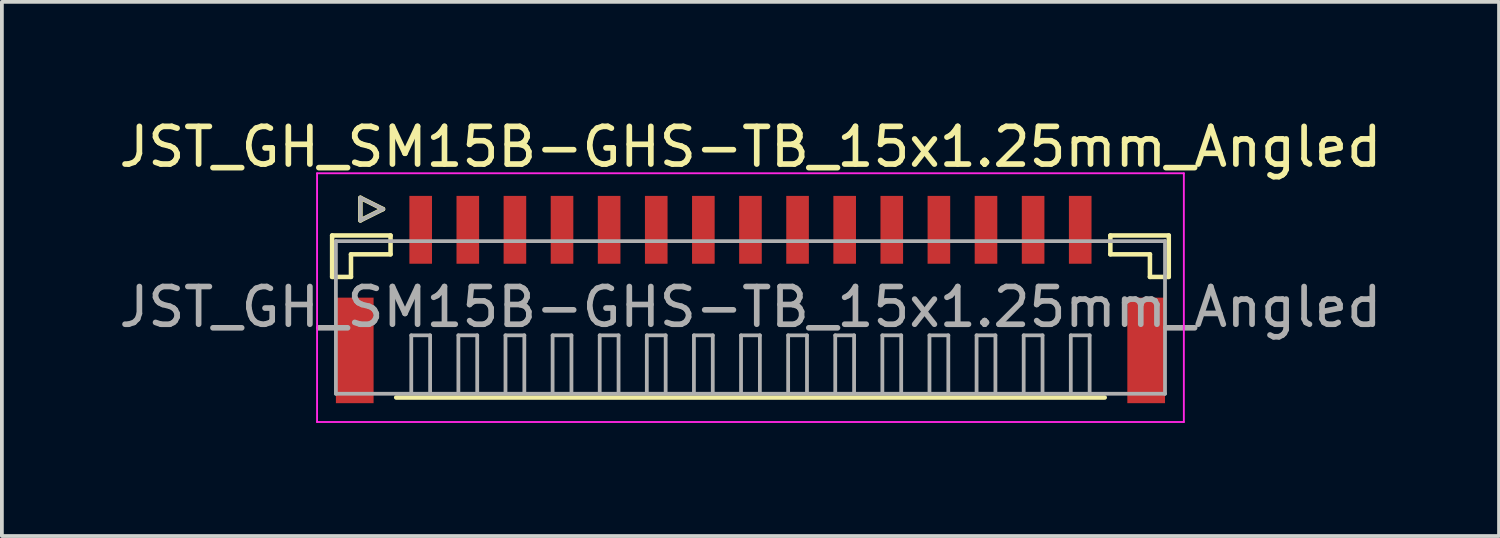
<source format=kicad_pcb>
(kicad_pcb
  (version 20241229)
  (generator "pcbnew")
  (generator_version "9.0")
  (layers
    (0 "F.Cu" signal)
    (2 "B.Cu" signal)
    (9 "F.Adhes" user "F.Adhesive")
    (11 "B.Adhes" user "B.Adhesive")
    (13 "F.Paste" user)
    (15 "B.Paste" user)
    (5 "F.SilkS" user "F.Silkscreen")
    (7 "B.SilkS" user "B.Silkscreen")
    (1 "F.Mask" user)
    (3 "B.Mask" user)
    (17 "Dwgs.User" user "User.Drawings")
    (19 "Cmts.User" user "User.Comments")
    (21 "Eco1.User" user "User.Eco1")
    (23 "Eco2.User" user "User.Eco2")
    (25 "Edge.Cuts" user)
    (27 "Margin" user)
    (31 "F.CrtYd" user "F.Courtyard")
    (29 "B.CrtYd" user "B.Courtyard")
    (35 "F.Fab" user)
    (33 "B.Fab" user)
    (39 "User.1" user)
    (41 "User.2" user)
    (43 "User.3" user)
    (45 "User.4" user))
  (footprint "JST_GH_SM15B-GHS-TB_15x1.25mm_Angled"
    (layer "F.Cu")
    (at 16.863 4.648)
    (property "Reference" "JST_GH_SM15B-GHS-TB_15x1.25mm_Angled" (at 0 -3.8 0) (layer "F.SilkS") (effects (font (size 1 1) (thickness 0.15))))
    (attr smd)
    (fp_line (start -11.1 -1.45) (end -9.55 -1.45) (stroke (width 0.12) (type solid)) (layer "F.SilkS"))
    (fp_line (start -11.1 -0.35) (end -11.1 -1.45) (stroke (width 0.12) (type solid)) (layer "F.SilkS"))
    (fp_line (start -10.6 -0.95) (end -10.6 -0.35) (stroke (width 0.12) (type solid)) (layer "F.SilkS"))
    (fp_line (start -10.6 -0.35) (end -11.1 -0.35) (stroke (width 0.12) (type solid)) (layer "F.SilkS"))
    (fp_line (start -10.35 -2.45) (end -10.35 -1.85) (stroke (width 0.12) (type solid)) (layer "F.SilkS"))
    (fp_line (start -10.35 -1.85) (end -9.75 -2.15) (stroke (width 0.12) (type solid)) (layer "F.SilkS"))
    (fp_line (start -9.75 -2.15) (end -10.35 -2.45) (stroke (width 0.12) (type solid)) (layer "F.SilkS"))
    (fp_line (start -9.55 -1.45) (end -9.55 -0.95) (stroke (width 0.12) (type solid)) (layer "F.SilkS"))
    (fp_line (start -9.55 -0.95) (end -10.6 -0.95) (stroke (width 0.12) (type solid)) (layer "F.SilkS"))
    (fp_line (start -9.4 2.85) (end 9.4 2.85) (stroke (width 0.12) (type solid)) (layer "F.SilkS"))
    (fp_line (start 9.55 -1.45) (end 9.55 -0.95) (stroke (width 0.12) (type solid)) (layer "F.SilkS"))
    (fp_line (start 9.55 -0.95) (end 10.6 -0.95) (stroke (width 0.12) (type solid)) (layer "F.SilkS"))
    (fp_line (start 10.6 -0.95) (end 10.6 -0.35) (stroke (width 0.12) (type solid)) (layer "F.SilkS"))
    (fp_line (start 10.6 -0.35) (end 11.1 -0.35) (stroke (width 0.12) (type solid)) (layer "F.SilkS"))
    (fp_line (start 11.1 -1.45) (end 9.55 -1.45) (stroke (width 0.12) (type solid)) (layer "F.SilkS"))
    (fp_line (start 11.1 -0.35) (end 11.1 -1.45) (stroke (width 0.12) (type solid)) (layer "F.SilkS"))
    (fp_line (start -11.5 -3.1) (end -11.5 3.5) (stroke (width 0.05) (type solid)) (layer "F.CrtYd"))
    (fp_line (start -11.5 3.5) (end 11.5 3.5) (stroke (width 0.05) (type solid)) (layer "F.CrtYd"))
    (fp_line (start 11.5 -3.1) (end -11.5 -3.1) (stroke (width 0.05) (type solid)) (layer "F.CrtYd"))
    (fp_line (start 11.5 3.5) (end 11.5 -3.1) (stroke (width 0.05) (type solid)) (layer "F.CrtYd"))
    (fp_line (start -11 -1.3) (end -11 2.75) (stroke (width 0.1) (type solid)) (layer "F.Fab"))
    (fp_line (start -11 2.75) (end 11 2.75) (stroke (width 0.1) (type solid)) (layer "F.Fab"))
    (fp_line (start -10.35 -2.45) (end -10.35 -1.85) (stroke (width 0.1) (type solid)) (layer "F.Fab"))
    (fp_line (start -10.35 -1.85) (end -9.75 -2.15) (stroke (width 0.1) (type solid)) (layer "F.Fab"))
    (fp_line (start -9.75 -2.15) (end -10.35 -2.45) (stroke (width 0.1) (type solid)) (layer "F.Fab"))
    (fp_line (start -9 1.2) (end -8.5 1.2) (stroke (width 0.1) (type solid)) (layer "F.Fab"))
    (fp_line (start -9 2.7) (end -9 1.2) (stroke (width 0.1) (type solid)) (layer "F.Fab"))
    (fp_line (start -8.5 1.2) (end -8.5 2.7) (stroke (width 0.1) (type solid)) (layer "F.Fab"))
    (fp_line (start -7.75 1.2) (end -7.25 1.2) (stroke (width 0.1) (type solid)) (layer "F.Fab"))
    (fp_line (start -7.75 2.7) (end -7.75 1.2) (stroke (width 0.1) (type solid)) (layer "F.Fab"))
    (fp_line (start -7.25 1.2) (end -7.25 2.7) (stroke (width 0.1) (type solid)) (layer "F.Fab"))
    (fp_line (start -6.5 1.2) (end -6 1.2) (stroke (width 0.1) (type solid)) (layer "F.Fab"))
    (fp_line (start -6.5 2.7) (end -6.5 1.2) (stroke (width 0.1) (type solid)) (layer "F.Fab"))
    (fp_line (start -6 1.2) (end -6 2.7) (stroke (width 0.1) (type solid)) (layer "F.Fab"))
    (fp_line (start -5.25 1.2) (end -4.75 1.2) (stroke (width 0.1) (type solid)) (layer "F.Fab"))
    (fp_line (start -5.25 2.7) (end -5.25 1.2) (stroke (width 0.1) (type solid)) (layer "F.Fab"))
    (fp_line (start -4.75 1.2) (end -4.75 2.7) (stroke (width 0.1) (type solid)) (layer "F.Fab"))
    (fp_line (start -4 1.2) (end -3.5 1.2) (stroke (width 0.1) (type solid)) (layer "F.Fab"))
    (fp_line (start -4 2.7) (end -4 1.2) (stroke (width 0.1) (type solid)) (layer "F.Fab"))
    (fp_line (start -3.5 1.2) (end -3.5 2.7) (stroke (width 0.1) (type solid)) (layer "F.Fab"))
    (fp_line (start -2.75 1.2) (end -2.25 1.2) (stroke (width 0.1) (type solid)) (layer "F.Fab"))
    (fp_line (start -2.75 2.7) (end -2.75 1.2) (stroke (width 0.1) (type solid)) (layer "F.Fab"))
    (fp_line (start -2.25 1.2) (end -2.25 2.7) (stroke (width 0.1) (type solid)) (layer "F.Fab"))
    (fp_line (start -1.5 1.2) (end -1 1.2) (stroke (width 0.1) (type solid)) (layer "F.Fab"))
    (fp_line (start -1.5 2.7) (end -1.5 1.2) (stroke (width 0.1) (type solid)) (layer "F.Fab"))
    (fp_line (start -1 1.2) (end -1 2.7) (stroke (width 0.1) (type solid)) (layer "F.Fab"))
    (fp_line (start -0.25 1.2) (end 0.25 1.2) (stroke (width 0.1) (type solid)) (layer "F.Fab"))
    (fp_line (start -0.25 2.7) (end -0.25 1.2) (stroke (width 0.1) (type solid)) (layer "F.Fab"))
    (fp_line (start 0.25 1.2) (end 0.25 2.7) (stroke (width 0.1) (type solid)) (layer "F.Fab"))
    (fp_line (start 1 1.2) (end 1.5 1.2) (stroke (width 0.1) (type solid)) (layer "F.Fab"))
    (fp_line (start 1 2.7) (end 1 1.2) (stroke (width 0.1) (type solid)) (layer "F.Fab"))
    (fp_line (start 1.5 1.2) (end 1.5 2.7) (stroke (width 0.1) (type solid)) (layer "F.Fab"))
    (fp_line (start 2.25 1.2) (end 2.75 1.2) (stroke (width 0.1) (type solid)) (layer "F.Fab"))
    (fp_line (start 2.25 2.7) (end 2.25 1.2) (stroke (width 0.1) (type solid)) (layer "F.Fab"))
    (fp_line (start 2.75 1.2) (end 2.75 2.7) (stroke (width 0.1) (type solid)) (layer "F.Fab"))
    (fp_line (start 3.5 1.2) (end 4 1.2) (stroke (width 0.1) (type solid)) (layer "F.Fab"))
    (fp_line (start 3.5 2.7) (end 3.5 1.2) (stroke (width 0.1) (type solid)) (layer "F.Fab"))
    (fp_line (start 4 1.2) (end 4 2.7) (stroke (width 0.1) (type solid)) (layer "F.Fab"))
    (fp_line (start 4.75 1.2) (end 5.25 1.2) (stroke (width 0.1) (type solid)) (layer "F.Fab"))
    (fp_line (start 4.75 2.7) (end 4.75 1.2) (stroke (width 0.1) (type solid)) (layer "F.Fab"))
    (fp_line (start 5.25 1.2) (end 5.25 2.7) (stroke (width 0.1) (type solid)) (layer "F.Fab"))
    (fp_line (start 6 1.2) (end 6.5 1.2) (stroke (width 0.1) (type solid)) (layer "F.Fab"))
    (fp_line (start 6 2.7) (end 6 1.2) (stroke (width 0.1) (type solid)) (layer "F.Fab"))
    (fp_line (start 6.5 1.2) (end 6.5 2.7) (stroke (width 0.1) (type solid)) (layer "F.Fab"))
    (fp_line (start 7.25 1.2) (end 7.75 1.2) (stroke (width 0.1) (type solid)) (layer "F.Fab"))
    (fp_line (start 7.25 2.7) (end 7.25 1.2) (stroke (width 0.1) (type solid)) (layer "F.Fab"))
    (fp_line (start 7.75 1.2) (end 7.75 2.7) (stroke (width 0.1) (type solid)) (layer "F.Fab"))
    (fp_line (start 8.5 1.2) (end 9 1.2) (stroke (width 0.1) (type solid)) (layer "F.Fab"))
    (fp_line (start 8.5 2.7) (end 8.5 1.2) (stroke (width 0.1) (type solid)) (layer "F.Fab"))
    (fp_line (start 9 1.2) (end 9 2.7) (stroke (width 0.1) (type solid)) (layer "F.Fab"))
    (fp_line (start 11 -1.3) (end -11 -1.3) (stroke (width 0.1) (type solid)) (layer "F.Fab"))
    (fp_line (start 11 2.75) (end 11 -1.3) (stroke (width 0.1) (type solid)) (layer "F.Fab"))
    (fp_text user "${REFERENCE}" (at 0 0.45 0) (layer "F.Fab") (effects (font (size 1 1) (thickness 0.15))))
    (pad "" smd rect (at -10.5 1.6) (size 1 2.8) (layers "F.Cu" "F.Mask" "F.Paste"))
    (pad "" smd rect (at 10.5 1.6) (size 1 2.8) (layers "F.Cu" "F.Mask" "F.Paste"))
    (pad "1" smd rect (at -8.75 -1.6) (size 0.6 1.8) (layers "F.Cu" "F.Mask" "F.Paste"))
    (pad "2" smd rect (at -7.5 -1.6) (size 0.6 1.8) (layers "F.Cu" "F.Mask" "F.Paste"))
    (pad "3" smd rect (at -6.25 -1.6) (size 0.6 1.8) (layers "F.Cu" "F.Mask" "F.Paste"))
    (pad "4" smd rect (at -5 -1.6) (size 0.6 1.8) (layers "F.Cu" "F.Mask" "F.Paste"))
    (pad "5" smd rect (at -3.75 -1.6) (size 0.6 1.8) (layers "F.Cu" "F.Mask" "F.Paste"))
    (pad "6" smd rect (at -2.5 -1.6) (size 0.6 1.8) (layers "F.Cu" "F.Mask" "F.Paste"))
    (pad "7" smd rect (at -1.25 -1.6) (size 0.6 1.8) (layers "F.Cu" "F.Mask" "F.Paste"))
    (pad "8" smd rect (at 0 -1.6) (size 0.6 1.8) (layers "F.Cu" "F.Mask" "F.Paste"))
    (pad "9" smd rect (at 1.25 -1.6) (size 0.6 1.8) (layers "F.Cu" "F.Mask" "F.Paste"))
    (pad "10" smd rect (at 2.5 -1.6) (size 0.6 1.8) (layers "F.Cu" "F.Mask" "F.Paste"))
    (pad "11" smd rect (at 3.75 -1.6) (size 0.6 1.8) (layers "F.Cu" "F.Mask" "F.Paste"))
    (pad "12" smd rect (at 5 -1.6) (size 0.6 1.8) (layers "F.Cu" "F.Mask" "F.Paste"))
    (pad "13" smd rect (at 6.25 -1.6) (size 0.6 1.8) (layers "F.Cu" "F.Mask" "F.Paste"))
    (pad "14" smd rect (at 7.5 -1.6) (size 0.6 1.8) (layers "F.Cu" "F.Mask" "F.Paste"))
    (pad "15" smd rect (at 8.75 -1.6) (size 0.6 1.8) (layers "F.Cu" "F.Mask" "F.Paste")))
  (gr_rect
    (start -3 -3)
    (end 36.726 11.173)
    (stroke (width 0.1) (type default))
    (fill no)
    (layer "Edge.Cuts")))
</source>
